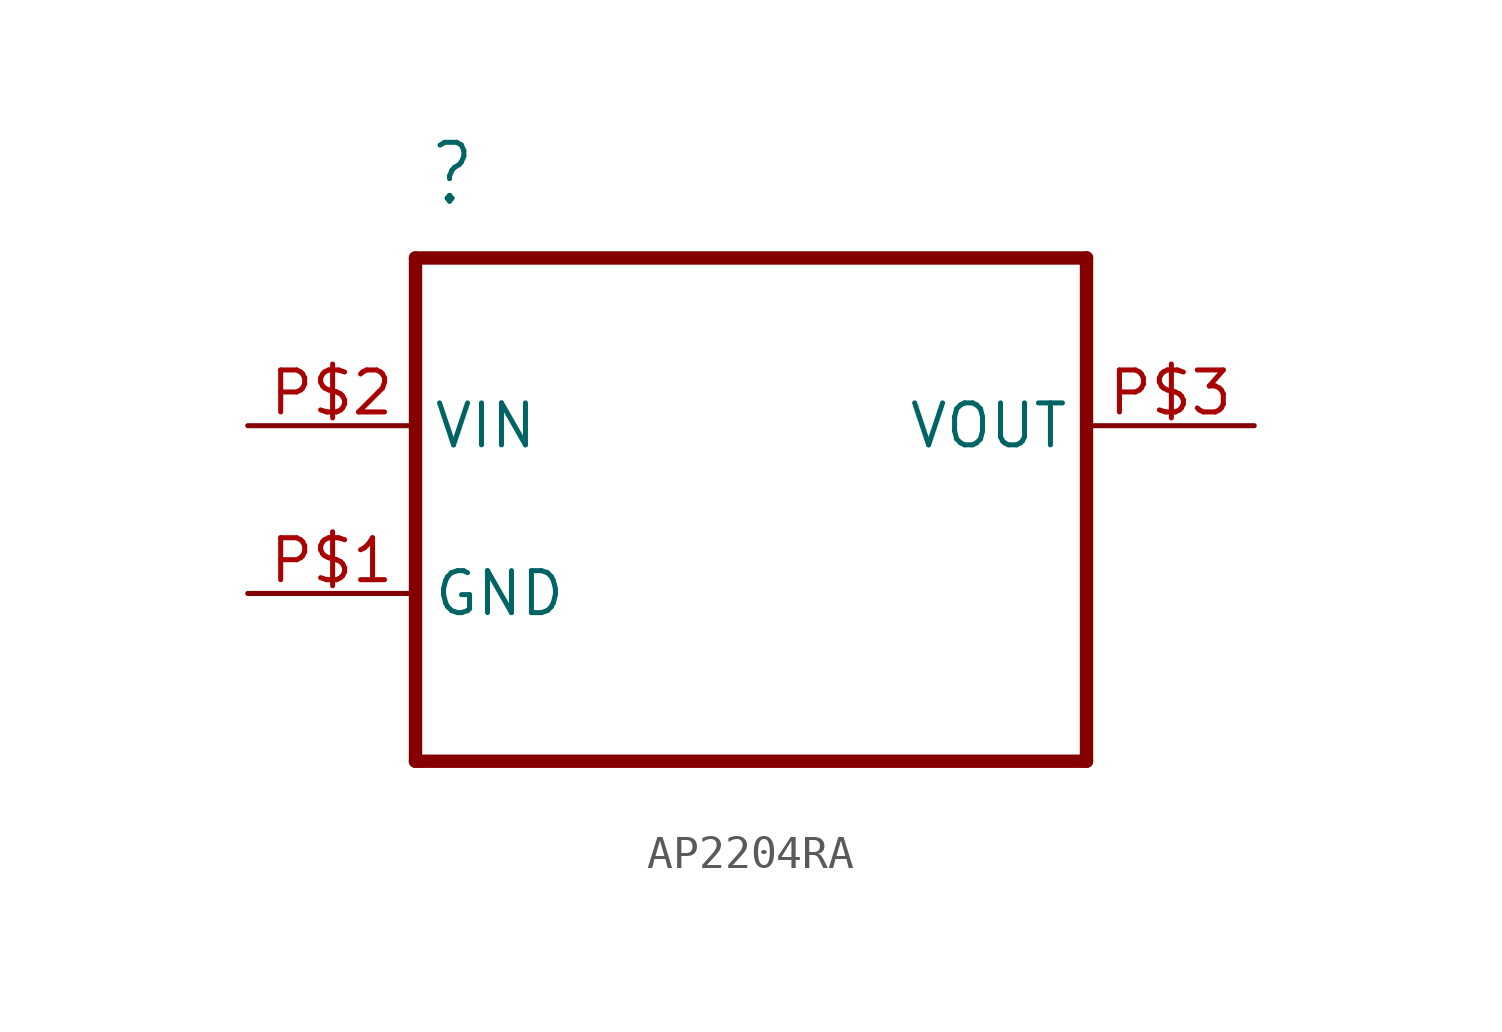
<source format=kicad_sym>
(kicad_symbol_lib
  (version 20211014)
  (generator kicad_symbol_editor)
  (symbol "AP2204RA"
    (property "Reference" ""
      (at -12.344 6.579 0)
      (effects (font (size 1.778 1.511)) (justify left bottom)))
    (property "ki_locked" ""
      (at 0 0 0)
      (effects (font (size 1.27 1.27))))
    (symbol "AP2204RA_1_0"
      (polyline (pts (xy -12.7 -10.16) (xy 7.62 -10.16)) (stroke (width 0.406) (type default) (color 0 0 0 0)) (fill (type none)))
      (polyline (pts (xy -12.7 5.08) (xy -12.7 -10.16)) (stroke (width 0.406) (type default) (color 0 0 0 0)) (fill (type none)))
      (polyline (pts (xy 7.62 -10.16) (xy 7.62 5.08)) (stroke (width 0.406) (type default) (color 0 0 0 0)) (fill (type none)))
      (polyline (pts (xy 7.62 5.08) (xy -12.7 5.08)) (stroke (width 0.406) (type default) (color 0 0 0 0)) (fill (type none)))
      (pin passive line (at -17.78 -5.08 0) (length 5.08) (name "GND" (effects (font (size 1.27 1.27)))) (number "P$1" (effects (font (size 1.27 1.27)))))
      (pin input line (at -17.78 0 0) (length 5.08) (name "VIN" (effects (font (size 1.27 1.27)))) (number "P$2" (effects (font (size 1.27 1.27)))))
      (pin output line (at 12.7 0 180) (length 5.08) (name "VOUT" (effects (font (size 1.27 1.27)))) (number "P$3" (effects (font (size 1.27 1.27))))))))
</source>
